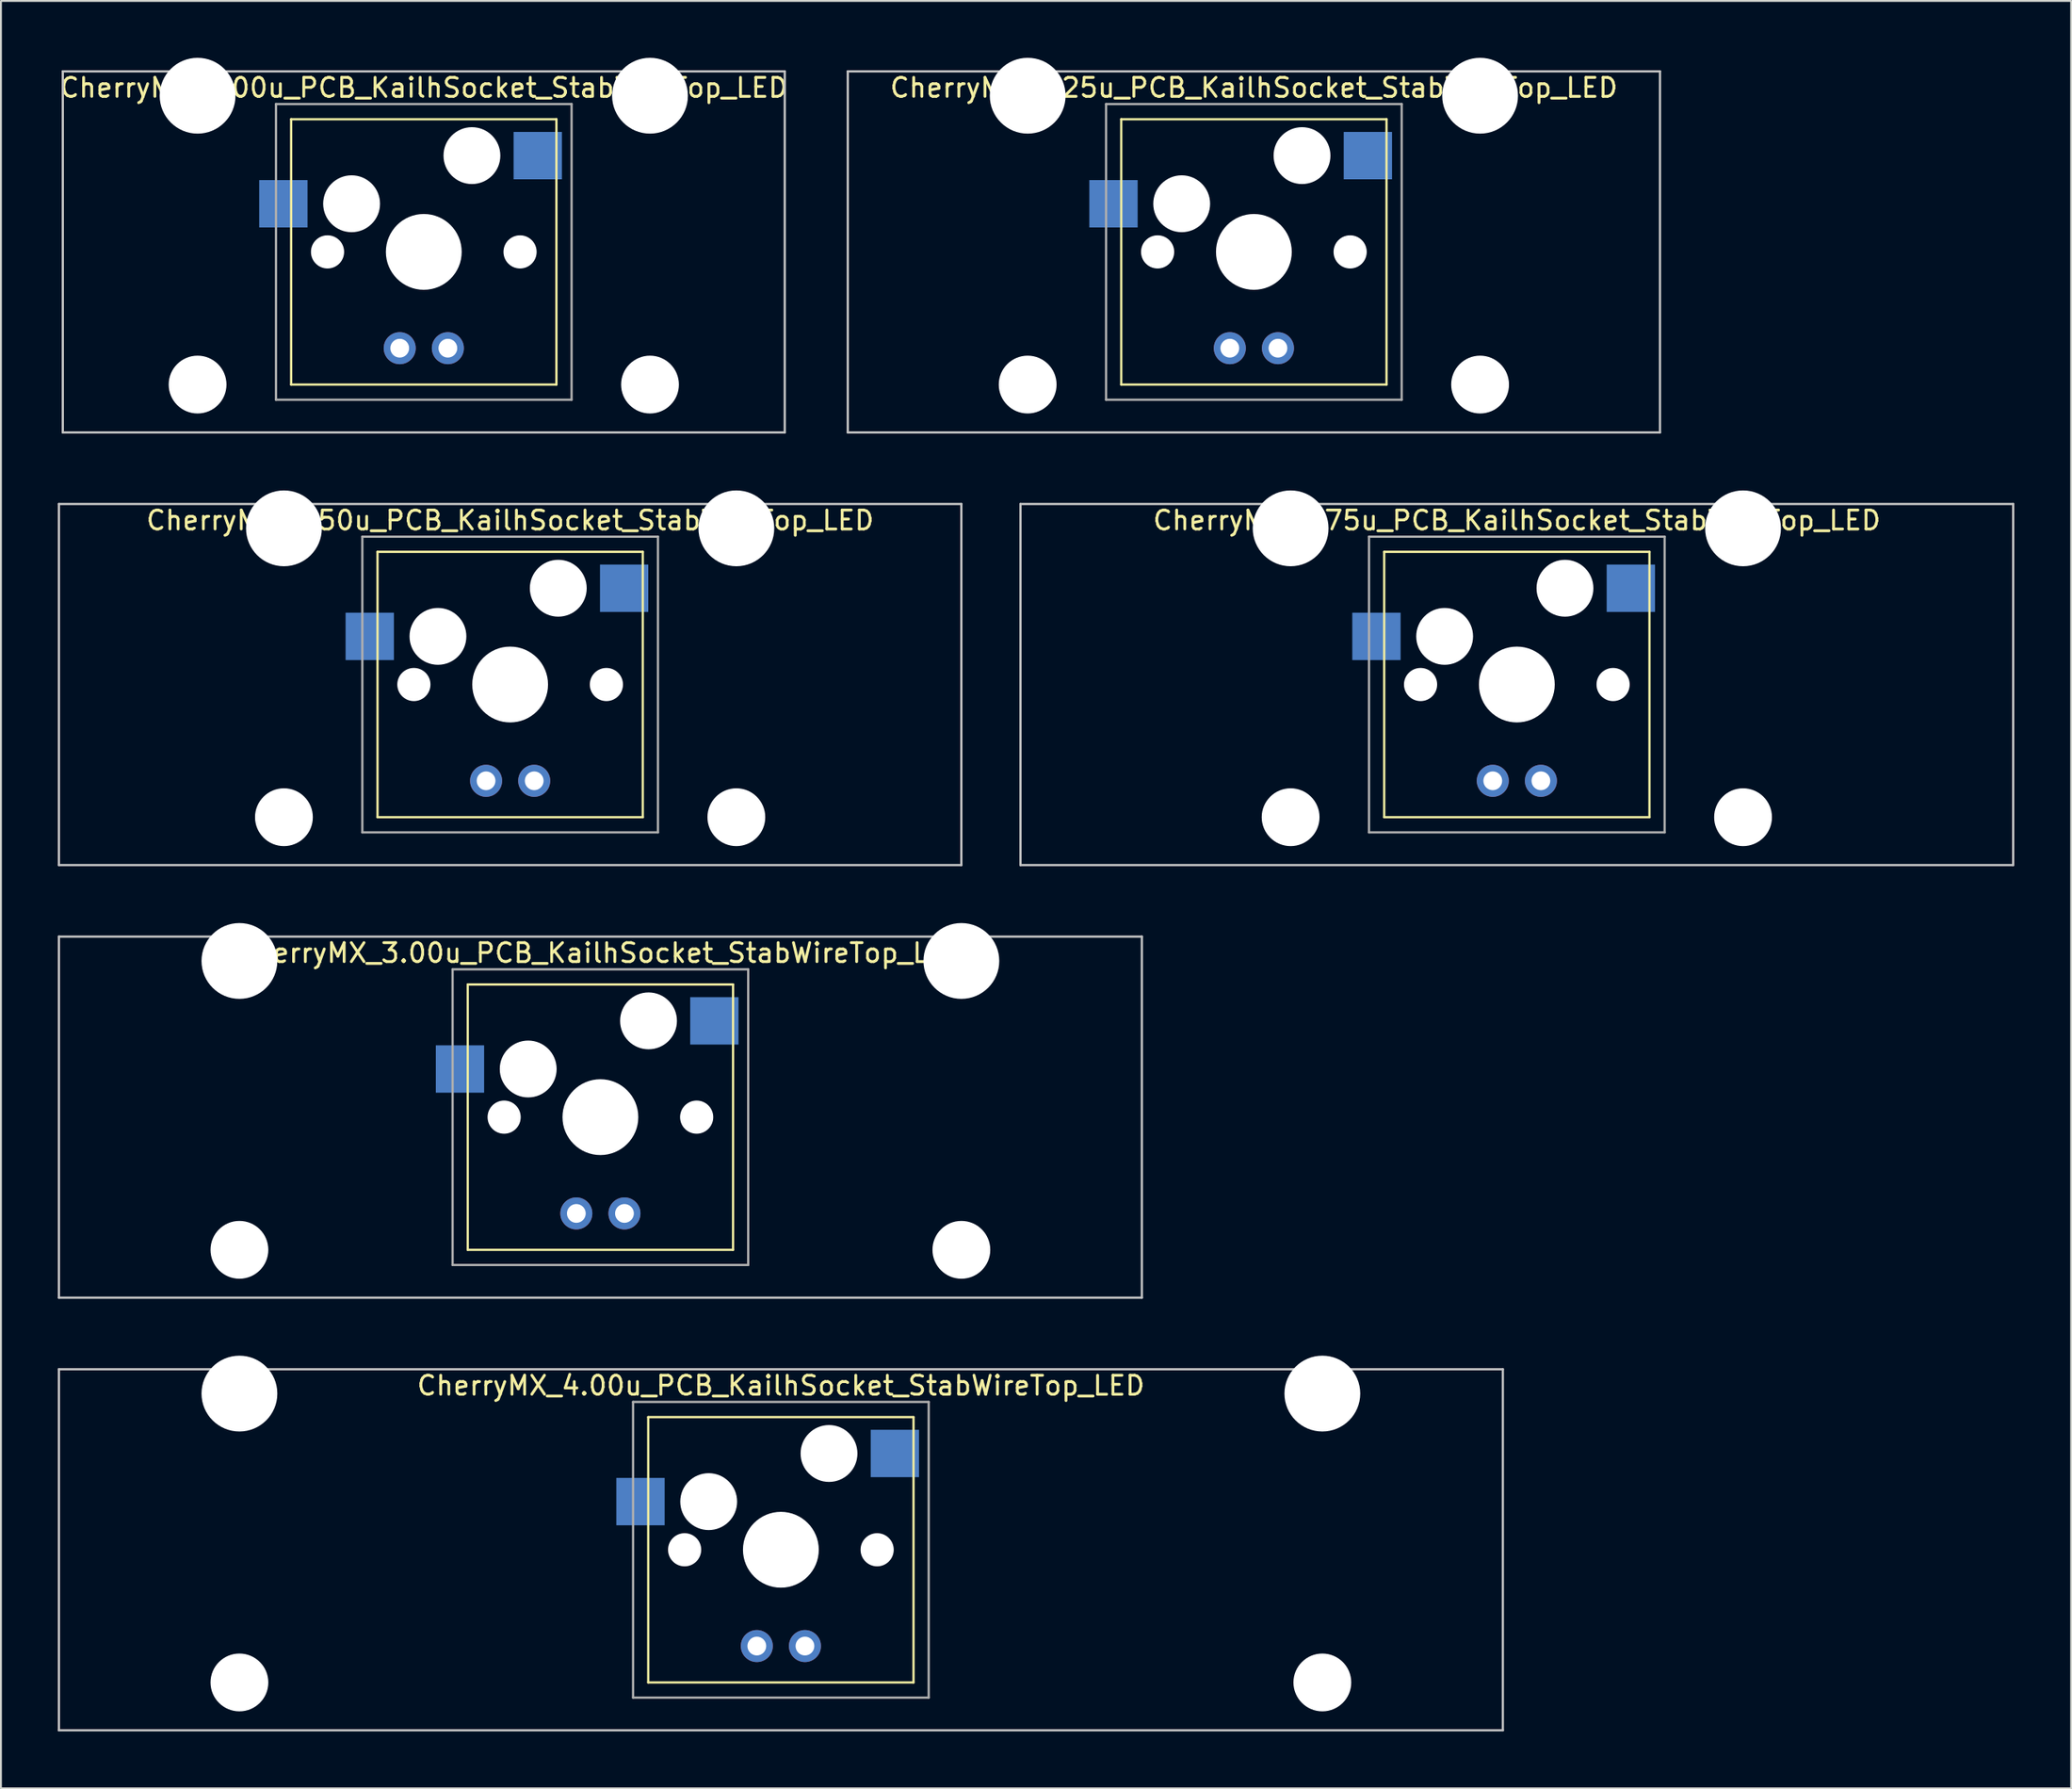
<source format=kicad_pcb>
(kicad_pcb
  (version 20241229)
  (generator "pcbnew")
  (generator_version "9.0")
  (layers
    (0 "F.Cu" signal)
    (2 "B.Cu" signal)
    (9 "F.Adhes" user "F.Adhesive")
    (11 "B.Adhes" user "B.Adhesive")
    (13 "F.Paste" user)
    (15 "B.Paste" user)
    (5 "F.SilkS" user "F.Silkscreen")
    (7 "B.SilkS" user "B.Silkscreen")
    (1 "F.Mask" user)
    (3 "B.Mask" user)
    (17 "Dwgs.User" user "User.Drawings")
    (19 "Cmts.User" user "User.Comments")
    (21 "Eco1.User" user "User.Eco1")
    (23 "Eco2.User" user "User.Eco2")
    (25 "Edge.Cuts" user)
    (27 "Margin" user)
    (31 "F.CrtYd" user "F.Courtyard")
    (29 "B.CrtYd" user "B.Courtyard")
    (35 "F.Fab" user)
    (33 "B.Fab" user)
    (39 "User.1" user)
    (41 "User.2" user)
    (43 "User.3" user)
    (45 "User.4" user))
  (footprint "CherryMX_2.75u_PCB_KailhSocket_StabWireTop_LED"
    (layer "F.Cu")
    (at 76.999 33.065)
    (property "Reference" "CherryMX_2.75u_PCB_KailhSocket_StabWireTop_LED" (at 0 -8.662 0) (layer "F.SilkS") (effects (font (size 1 1) (thickness 0.15))))
    (attr through_hole)
    (fp_line (start -7 -7) (end -7 7) (stroke (width 0.12) (type solid)) (layer "F.SilkS"))
    (fp_line (start -7 -7) (end 7 -7) (stroke (width 0.12) (type solid)) (layer "F.SilkS"))
    (fp_line (start 7 -7) (end 7 7) (stroke (width 0.12) (type solid)) (layer "F.SilkS"))
    (fp_line (start 7 7) (end -7 7) (stroke (width 0.12) (type solid)) (layer "F.SilkS"))
    (fp_line (start -26.194 -9.525) (end 26.194 -9.525) (stroke (width 0.12) (type solid)) (layer "Dwgs.User"))
    (fp_line (start -26.194 9.525) (end -26.194 -9.525) (stroke (width 0.12) (type solid)) (layer "Dwgs.User"))
    (fp_line (start 26.194 -9.525) (end 26.194 9.525) (stroke (width 0.12) (type solid)) (layer "Dwgs.User"))
    (fp_line (start 26.194 9.525) (end -26.194 9.525) (stroke (width 0.12) (type solid)) (layer "Dwgs.User"))
    (fp_line (start -7.8 -7.8) (end -7.8 7.8) (stroke (width 0.12) (type solid)) (layer "F.Fab"))
    (fp_line (start -7.8 -7.8) (end 7.8 -7.8) (stroke (width 0.12) (type solid)) (layer "F.Fab"))
    (fp_line (start -7.8 7.8) (end 7.8 7.8) (stroke (width 0.12) (type solid)) (layer "F.Fab"))
    (fp_line (start 7.8 -7.8) (end 7.8 7.8) (stroke (width 0.12) (type solid)) (layer "F.Fab"))
    (pad "" np_thru_hole circle (at -11.938 -8.24) (size 4 4) (drill 4) (layers "*.Cu" "*.Mask"))
    (pad "" np_thru_hole circle (at -11.938 7) (size 3.05 3.05) (drill 3.05) (layers "*.Cu" "*.Mask"))
    (pad "" np_thru_hole circle (at -5.08 0) (size 1.75 1.75) (drill 1.75) (layers "*.Cu" "*.Mask"))
    (pad "" np_thru_hole circle (at -3.81 -2.54) (size 3 3) (drill 3) (layers "*.Cu" "*.Mask"))
    (pad "" np_thru_hole circle (at 0 0) (size 4 4) (drill 4) (layers "*.Cu" "*.Mask"))
    (pad "" np_thru_hole circle (at 2.54 -5.08) (size 3 3) (drill 3) (layers "*.Cu" "*.Mask"))
    (pad "" np_thru_hole circle (at 5.08 0) (size 1.75 1.75) (drill 1.75) (layers "*.Cu" "*.Mask"))
    (pad "" np_thru_hole circle (at 11.938 -8.24) (size 4 4) (drill 4) (layers "*.Cu" "*.Mask"))
    (pad "" np_thru_hole circle (at 11.938 7) (size 3.05 3.05) (drill 3.05) (layers "*.Cu" "*.Mask"))
    (pad "1" smd rect (at -7.41 -2.54) (size 2.55 2.5) (layers "B.Cu" "B.Mask" "B.Paste"))
    (pad "2" smd rect (at 6.015 -5.08) (size 2.55 2.5) (layers "B.Cu" "B.Mask" "B.Paste"))
    (pad "3" thru_hole circle (at -1.27 5.08) (size 1.691 1.691) (drill 0.991) (layers "*.Cu" "*.Mask"))
    (pad "4" thru_hole circle (at 1.27 5.08) (size 1.691 1.691) (drill 0.991) (layers "*.Cu" "*.Mask")))
  (footprint "CherryMX_3.00u_PCB_KailhSocket_StabWireTop_LED"
    (layer "F.Cu")
    (at 28.635 55.89)
    (property "Reference" "CherryMX_3.00u_PCB_KailhSocket_StabWireTop_LED" (at 0 -8.662 0) (layer "F.SilkS") (effects (font (size 1 1) (thickness 0.15))))
    (attr through_hole)
    (fp_line (start -7 -7) (end -7 7) (stroke (width 0.12) (type solid)) (layer "F.SilkS"))
    (fp_line (start -7 -7) (end 7 -7) (stroke (width 0.12) (type solid)) (layer "F.SilkS"))
    (fp_line (start 7 -7) (end 7 7) (stroke (width 0.12) (type solid)) (layer "F.SilkS"))
    (fp_line (start 7 7) (end -7 7) (stroke (width 0.12) (type solid)) (layer "F.SilkS"))
    (fp_line (start -28.575 -9.525) (end 28.575 -9.525) (stroke (width 0.12) (type solid)) (layer "Dwgs.User"))
    (fp_line (start -28.575 9.525) (end -28.575 -9.525) (stroke (width 0.12) (type solid)) (layer "Dwgs.User"))
    (fp_line (start 28.575 -9.525) (end 28.575 9.525) (stroke (width 0.12) (type solid)) (layer "Dwgs.User"))
    (fp_line (start 28.575 9.525) (end -28.575 9.525) (stroke (width 0.12) (type solid)) (layer "Dwgs.User"))
    (fp_line (start -7.8 -7.8) (end -7.8 7.8) (stroke (width 0.12) (type solid)) (layer "F.Fab"))
    (fp_line (start -7.8 -7.8) (end 7.8 -7.8) (stroke (width 0.12) (type solid)) (layer "F.Fab"))
    (fp_line (start -7.8 7.8) (end 7.8 7.8) (stroke (width 0.12) (type solid)) (layer "F.Fab"))
    (fp_line (start 7.8 -7.8) (end 7.8 7.8) (stroke (width 0.12) (type solid)) (layer "F.Fab"))
    (pad "" np_thru_hole circle (at -19.05 -8.24) (size 4 4) (drill 4) (layers "*.Cu" "*.Mask"))
    (pad "" np_thru_hole circle (at -19.05 7) (size 3.05 3.05) (drill 3.05) (layers "*.Cu" "*.Mask"))
    (pad "" np_thru_hole circle (at -5.08 0) (size 1.75 1.75) (drill 1.75) (layers "*.Cu" "*.Mask"))
    (pad "" np_thru_hole circle (at -3.81 -2.54) (size 3 3) (drill 3) (layers "*.Cu" "*.Mask"))
    (pad "" np_thru_hole circle (at 0 0) (size 4 4) (drill 4) (layers "*.Cu" "*.Mask"))
    (pad "" np_thru_hole circle (at 2.54 -5.08) (size 3 3) (drill 3) (layers "*.Cu" "*.Mask"))
    (pad "" np_thru_hole circle (at 5.08 0) (size 1.75 1.75) (drill 1.75) (layers "*.Cu" "*.Mask"))
    (pad "" np_thru_hole circle (at 19.05 -8.24) (size 4 4) (drill 4) (layers "*.Cu" "*.Mask"))
    (pad "" np_thru_hole circle (at 19.05 7) (size 3.05 3.05) (drill 3.05) (layers "*.Cu" "*.Mask"))
    (pad "1" smd rect (at -7.41 -2.54) (size 2.55 2.5) (layers "B.Cu" "B.Mask" "B.Paste"))
    (pad "2" smd rect (at 6.015 -5.08) (size 2.55 2.5) (layers "B.Cu" "B.Mask" "B.Paste"))
    (pad "3" thru_hole circle (at -1.27 5.08) (size 1.691 1.691) (drill 0.991) (layers "*.Cu" "*.Mask"))
    (pad "4" thru_hole circle (at 1.27 5.08) (size 1.691 1.691) (drill 0.991) (layers "*.Cu" "*.Mask")))
  (footprint "CherryMX_2.50u_PCB_KailhSocket_StabWireTop_LED"
    (layer "F.Cu")
    (at 23.872 33.065)
    (property "Reference" "CherryMX_2.50u_PCB_KailhSocket_StabWireTop_LED" (at 0 -8.662 0) (layer "F.SilkS") (effects (font (size 1 1) (thickness 0.15))))
    (attr through_hole)
    (fp_line (start -7 -7) (end -7 7) (stroke (width 0.12) (type solid)) (layer "F.SilkS"))
    (fp_line (start -7 -7) (end 7 -7) (stroke (width 0.12) (type solid)) (layer "F.SilkS"))
    (fp_line (start 7 -7) (end 7 7) (stroke (width 0.12) (type solid)) (layer "F.SilkS"))
    (fp_line (start 7 7) (end -7 7) (stroke (width 0.12) (type solid)) (layer "F.SilkS"))
    (fp_line (start -23.812 -9.525) (end 23.812 -9.525) (stroke (width 0.12) (type solid)) (layer "Dwgs.User"))
    (fp_line (start -23.812 9.525) (end -23.812 -9.525) (stroke (width 0.12) (type solid)) (layer "Dwgs.User"))
    (fp_line (start 23.812 -9.525) (end 23.812 9.525) (stroke (width 0.12) (type solid)) (layer "Dwgs.User"))
    (fp_line (start 23.812 9.525) (end -23.812 9.525) (stroke (width 0.12) (type solid)) (layer "Dwgs.User"))
    (fp_line (start -7.8 -7.8) (end -7.8 7.8) (stroke (width 0.12) (type solid)) (layer "F.Fab"))
    (fp_line (start -7.8 -7.8) (end 7.8 -7.8) (stroke (width 0.12) (type solid)) (layer "F.Fab"))
    (fp_line (start -7.8 7.8) (end 7.8 7.8) (stroke (width 0.12) (type solid)) (layer "F.Fab"))
    (fp_line (start 7.8 -7.8) (end 7.8 7.8) (stroke (width 0.12) (type solid)) (layer "F.Fab"))
    (pad "" np_thru_hole circle (at -11.938 -8.24) (size 4 4) (drill 4) (layers "*.Cu" "*.Mask"))
    (pad "" np_thru_hole circle (at -11.938 7) (size 3.05 3.05) (drill 3.05) (layers "*.Cu" "*.Mask"))
    (pad "" np_thru_hole circle (at -5.08 0) (size 1.75 1.75) (drill 1.75) (layers "*.Cu" "*.Mask"))
    (pad "" np_thru_hole circle (at -3.81 -2.54) (size 3 3) (drill 3) (layers "*.Cu" "*.Mask"))
    (pad "" np_thru_hole circle (at 0 0) (size 4 4) (drill 4) (layers "*.Cu" "*.Mask"))
    (pad "" np_thru_hole circle (at 2.54 -5.08) (size 3 3) (drill 3) (layers "*.Cu" "*.Mask"))
    (pad "" np_thru_hole circle (at 5.08 0) (size 1.75 1.75) (drill 1.75) (layers "*.Cu" "*.Mask"))
    (pad "" np_thru_hole circle (at 11.938 -8.24) (size 4 4) (drill 4) (layers "*.Cu" "*.Mask"))
    (pad "" np_thru_hole circle (at 11.938 7) (size 3.05 3.05) (drill 3.05) (layers "*.Cu" "*.Mask"))
    (pad "1" smd rect (at -7.41 -2.54) (size 2.55 2.5) (layers "B.Cu" "B.Mask" "B.Paste"))
    (pad "2" smd rect (at 6.015 -5.08) (size 2.55 2.5) (layers "B.Cu" "B.Mask" "B.Paste"))
    (pad "3" thru_hole circle (at -1.27 5.08) (size 1.691 1.691) (drill 0.991) (layers "*.Cu" "*.Mask"))
    (pad "4" thru_hole circle (at 1.27 5.08) (size 1.691 1.691) (drill 0.991) (layers "*.Cu" "*.Mask")))
  (footprint "CherryMX_2.00u_PCB_KailhSocket_StabWireTop_LED"
    (layer "F.Cu")
    (at 19.315 10.24)
    (property "Reference" "CherryMX_2.00u_PCB_KailhSocket_StabWireTop_LED" (at 0 -8.662 0) (layer "F.SilkS") (effects (font (size 1 1) (thickness 0.15))))
    (attr through_hole)
    (fp_line (start -7 -7) (end -7 7) (stroke (width 0.12) (type solid)) (layer "F.SilkS"))
    (fp_line (start -7 -7) (end 7 -7) (stroke (width 0.12) (type solid)) (layer "F.SilkS"))
    (fp_line (start 7 -7) (end 7 7) (stroke (width 0.12) (type solid)) (layer "F.SilkS"))
    (fp_line (start 7 7) (end -7 7) (stroke (width 0.12) (type solid)) (layer "F.SilkS"))
    (fp_line (start -19.05 -9.525) (end 19.05 -9.525) (stroke (width 0.12) (type solid)) (layer "Dwgs.User"))
    (fp_line (start -19.05 9.525) (end -19.05 -9.525) (stroke (width 0.12) (type solid)) (layer "Dwgs.User"))
    (fp_line (start 19.05 -9.525) (end 19.05 9.525) (stroke (width 0.12) (type solid)) (layer "Dwgs.User"))
    (fp_line (start 19.05 9.525) (end -19.05 9.525) (stroke (width 0.12) (type solid)) (layer "Dwgs.User"))
    (fp_line (start -7.8 -7.8) (end -7.8 7.8) (stroke (width 0.12) (type solid)) (layer "F.Fab"))
    (fp_line (start -7.8 -7.8) (end 7.8 -7.8) (stroke (width 0.12) (type solid)) (layer "F.Fab"))
    (fp_line (start -7.8 7.8) (end 7.8 7.8) (stroke (width 0.12) (type solid)) (layer "F.Fab"))
    (fp_line (start 7.8 -7.8) (end 7.8 7.8) (stroke (width 0.12) (type solid)) (layer "F.Fab"))
    (pad "" np_thru_hole circle (at -11.938 -8.24) (size 4 4) (drill 4) (layers "*.Cu" "*.Mask"))
    (pad "" np_thru_hole circle (at -11.938 7) (size 3.05 3.05) (drill 3.05) (layers "*.Cu" "*.Mask"))
    (pad "" np_thru_hole circle (at -5.08 0) (size 1.75 1.75) (drill 1.75) (layers "*.Cu" "*.Mask"))
    (pad "" np_thru_hole circle (at -3.81 -2.54) (size 3 3) (drill 3) (layers "*.Cu" "*.Mask"))
    (pad "" np_thru_hole circle (at 0 0) (size 4 4) (drill 4) (layers "*.Cu" "*.Mask"))
    (pad "" np_thru_hole circle (at 2.54 -5.08) (size 3 3) (drill 3) (layers "*.Cu" "*.Mask"))
    (pad "" np_thru_hole circle (at 5.08 0) (size 1.75 1.75) (drill 1.75) (layers "*.Cu" "*.Mask"))
    (pad "" np_thru_hole circle (at 11.938 -8.24) (size 4 4) (drill 4) (layers "*.Cu" "*.Mask"))
    (pad "" np_thru_hole circle (at 11.938 7) (size 3.05 3.05) (drill 3.05) (layers "*.Cu" "*.Mask"))
    (pad "1" smd rect (at -7.41 -2.54) (size 2.55 2.5) (layers "B.Cu" "B.Mask" "B.Paste"))
    (pad "2" smd rect (at 6.015 -5.08) (size 2.55 2.5) (layers "B.Cu" "B.Mask" "B.Paste"))
    (pad "3" thru_hole circle (at -1.27 5.08) (size 1.691 1.691) (drill 0.991) (layers "*.Cu" "*.Mask"))
    (pad "4" thru_hole circle (at 1.27 5.08) (size 1.691 1.691) (drill 0.991) (layers "*.Cu" "*.Mask")))
  (footprint "CherryMX_2.25u_PCB_KailhSocket_StabWireTop_LED"
    (layer "F.Cu")
    (at 63.122 10.24)
    (property "Reference" "CherryMX_2.25u_PCB_KailhSocket_StabWireTop_LED" (at 0 -8.662 0) (layer "F.SilkS") (effects (font (size 1 1) (thickness 0.15))))
    (attr through_hole)
    (fp_line (start -7 -7) (end -7 7) (stroke (width 0.12) (type solid)) (layer "F.SilkS"))
    (fp_line (start -7 -7) (end 7 -7) (stroke (width 0.12) (type solid)) (layer "F.SilkS"))
    (fp_line (start 7 -7) (end 7 7) (stroke (width 0.12) (type solid)) (layer "F.SilkS"))
    (fp_line (start 7 7) (end -7 7) (stroke (width 0.12) (type solid)) (layer "F.SilkS"))
    (fp_line (start -21.431 -9.525) (end 21.431 -9.525) (stroke (width 0.12) (type solid)) (layer "Dwgs.User"))
    (fp_line (start -21.431 9.525) (end -21.431 -9.525) (stroke (width 0.12) (type solid)) (layer "Dwgs.User"))
    (fp_line (start 21.431 -9.525) (end 21.431 9.525) (stroke (width 0.12) (type solid)) (layer "Dwgs.User"))
    (fp_line (start 21.431 9.525) (end -21.431 9.525) (stroke (width 0.12) (type solid)) (layer "Dwgs.User"))
    (fp_line (start -7.8 -7.8) (end -7.8 7.8) (stroke (width 0.12) (type solid)) (layer "F.Fab"))
    (fp_line (start -7.8 -7.8) (end 7.8 -7.8) (stroke (width 0.12) (type solid)) (layer "F.Fab"))
    (fp_line (start -7.8 7.8) (end 7.8 7.8) (stroke (width 0.12) (type solid)) (layer "F.Fab"))
    (fp_line (start 7.8 -7.8) (end 7.8 7.8) (stroke (width 0.12) (type solid)) (layer "F.Fab"))
    (pad "" np_thru_hole circle (at -11.938 -8.24) (size 4 4) (drill 4) (layers "*.Cu" "*.Mask"))
    (pad "" np_thru_hole circle (at -11.938 7) (size 3.05 3.05) (drill 3.05) (layers "*.Cu" "*.Mask"))
    (pad "" np_thru_hole circle (at -5.08 0) (size 1.75 1.75) (drill 1.75) (layers "*.Cu" "*.Mask"))
    (pad "" np_thru_hole circle (at -3.81 -2.54) (size 3 3) (drill 3) (layers "*.Cu" "*.Mask"))
    (pad "" np_thru_hole circle (at 0 0) (size 4 4) (drill 4) (layers "*.Cu" "*.Mask"))
    (pad "" np_thru_hole circle (at 2.54 -5.08) (size 3 3) (drill 3) (layers "*.Cu" "*.Mask"))
    (pad "" np_thru_hole circle (at 5.08 0) (size 1.75 1.75) (drill 1.75) (layers "*.Cu" "*.Mask"))
    (pad "" np_thru_hole circle (at 11.938 -8.24) (size 4 4) (drill 4) (layers "*.Cu" "*.Mask"))
    (pad "" np_thru_hole circle (at 11.938 7) (size 3.05 3.05) (drill 3.05) (layers "*.Cu" "*.Mask"))
    (pad "1" smd rect (at -7.41 -2.54) (size 2.55 2.5) (layers "B.Cu" "B.Mask" "B.Paste"))
    (pad "2" smd rect (at 6.015 -5.08) (size 2.55 2.5) (layers "B.Cu" "B.Mask" "B.Paste"))
    (pad "3" thru_hole circle (at -1.27 5.08) (size 1.691 1.691) (drill 0.991) (layers "*.Cu" "*.Mask"))
    (pad "4" thru_hole circle (at 1.27 5.08) (size 1.691 1.691) (drill 0.991) (layers "*.Cu" "*.Mask")))
  (footprint "CherryMX_4.00u_PCB_KailhSocket_StabWireTop_LED"
    (layer "F.Cu")
    (at 38.16 78.715)
    (property "Reference" "CherryMX_4.00u_PCB_KailhSocket_StabWireTop_LED" (at 0 -8.662 0) (layer "F.SilkS") (effects (font (size 1 1) (thickness 0.15))))
    (attr through_hole)
    (fp_line (start -7 -7) (end -7 7) (stroke (width 0.12) (type solid)) (layer "F.SilkS"))
    (fp_line (start -7 -7) (end 7 -7) (stroke (width 0.12) (type solid)) (layer "F.SilkS"))
    (fp_line (start 7 -7) (end 7 7) (stroke (width 0.12) (type solid)) (layer "F.SilkS"))
    (fp_line (start 7 7) (end -7 7) (stroke (width 0.12) (type solid)) (layer "F.SilkS"))
    (fp_line (start -38.1 -9.525) (end 38.1 -9.525) (stroke (width 0.12) (type solid)) (layer "Dwgs.User"))
    (fp_line (start -38.1 9.525) (end -38.1 -9.525) (stroke (width 0.12) (type solid)) (layer "Dwgs.User"))
    (fp_line (start 38.1 -9.525) (end 38.1 9.525) (stroke (width 0.12) (type solid)) (layer "Dwgs.User"))
    (fp_line (start 38.1 9.525) (end -38.1 9.525) (stroke (width 0.12) (type solid)) (layer "Dwgs.User"))
    (fp_line (start -7.8 -7.8) (end -7.8 7.8) (stroke (width 0.12) (type solid)) (layer "F.Fab"))
    (fp_line (start -7.8 -7.8) (end 7.8 -7.8) (stroke (width 0.12) (type solid)) (layer "F.Fab"))
    (fp_line (start -7.8 7.8) (end 7.8 7.8) (stroke (width 0.12) (type solid)) (layer "F.Fab"))
    (fp_line (start 7.8 -7.8) (end 7.8 7.8) (stroke (width 0.12) (type solid)) (layer "F.Fab"))
    (pad "" np_thru_hole circle (at -28.575 -8.24) (size 4 4) (drill 4) (layers "*.Cu" "*.Mask"))
    (pad "" np_thru_hole circle (at -28.575 7) (size 3.05 3.05) (drill 3.05) (layers "*.Cu" "*.Mask"))
    (pad "" np_thru_hole circle (at -5.08 0) (size 1.75 1.75) (drill 1.75) (layers "*.Cu" "*.Mask"))
    (pad "" np_thru_hole circle (at -3.81 -2.54) (size 3 3) (drill 3) (layers "*.Cu" "*.Mask"))
    (pad "" np_thru_hole circle (at 0 0) (size 4 4) (drill 4) (layers "*.Cu" "*.Mask"))
    (pad "" np_thru_hole circle (at 2.54 -5.08) (size 3 3) (drill 3) (layers "*.Cu" "*.Mask"))
    (pad "" np_thru_hole circle (at 5.08 0) (size 1.75 1.75) (drill 1.75) (layers "*.Cu" "*.Mask"))
    (pad "" np_thru_hole circle (at 28.575 -8.24) (size 4 4) (drill 4) (layers "*.Cu" "*.Mask"))
    (pad "" np_thru_hole circle (at 28.575 7) (size 3.05 3.05) (drill 3.05) (layers "*.Cu" "*.Mask"))
    (pad "1" smd rect (at -7.41 -2.54) (size 2.55 2.5) (layers "B.Cu" "B.Mask" "B.Paste"))
    (pad "2" smd rect (at 6.015 -5.08) (size 2.55 2.5) (layers "B.Cu" "B.Mask" "B.Paste"))
    (pad "3" thru_hole circle (at -1.27 5.08) (size 1.691 1.691) (drill 0.991) (layers "*.Cu" "*.Mask"))
    (pad "4" thru_hole circle (at 1.27 5.08) (size 1.691 1.691) (drill 0.991) (layers "*.Cu" "*.Mask")))
  (gr_rect
    (start -3 -3)
    (end 106.252 91.3)
    (stroke (width 0.1) (type default))
    (fill no)
    (layer "Edge.Cuts")))
</source>
